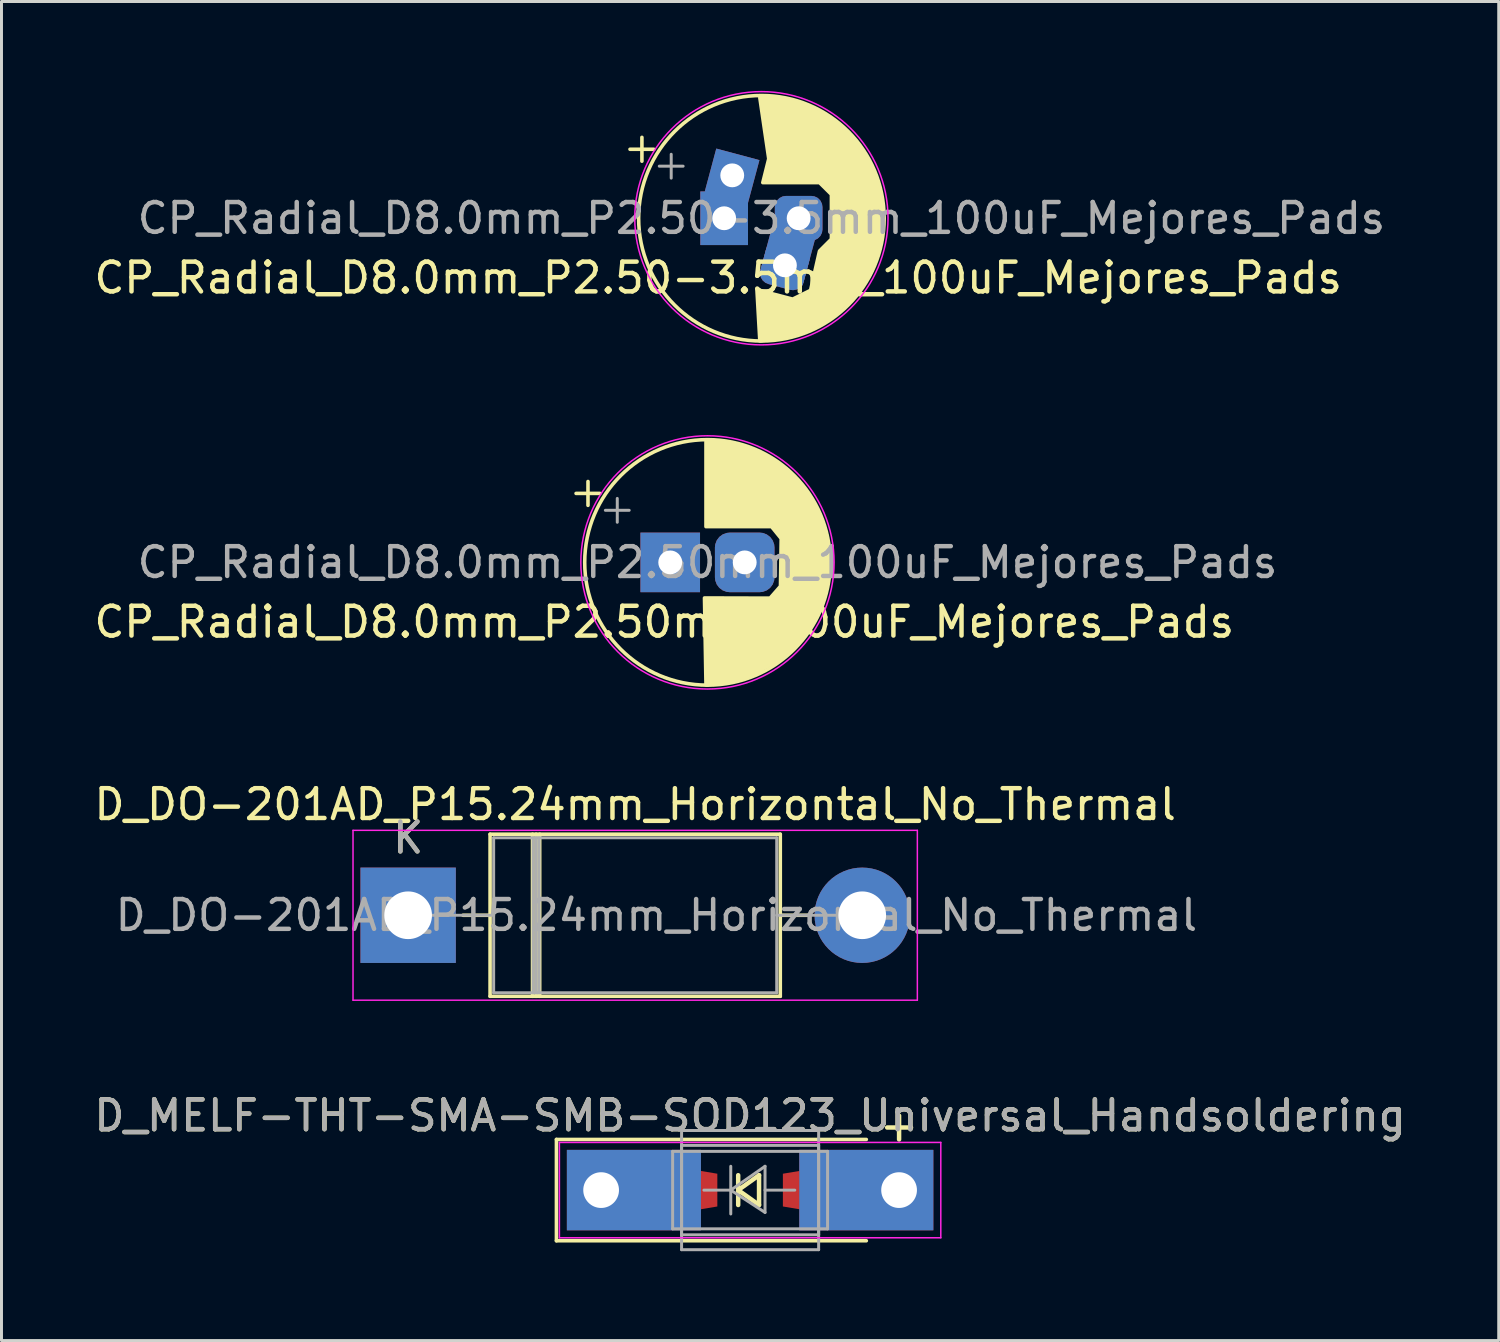
<source format=kicad_pcb>
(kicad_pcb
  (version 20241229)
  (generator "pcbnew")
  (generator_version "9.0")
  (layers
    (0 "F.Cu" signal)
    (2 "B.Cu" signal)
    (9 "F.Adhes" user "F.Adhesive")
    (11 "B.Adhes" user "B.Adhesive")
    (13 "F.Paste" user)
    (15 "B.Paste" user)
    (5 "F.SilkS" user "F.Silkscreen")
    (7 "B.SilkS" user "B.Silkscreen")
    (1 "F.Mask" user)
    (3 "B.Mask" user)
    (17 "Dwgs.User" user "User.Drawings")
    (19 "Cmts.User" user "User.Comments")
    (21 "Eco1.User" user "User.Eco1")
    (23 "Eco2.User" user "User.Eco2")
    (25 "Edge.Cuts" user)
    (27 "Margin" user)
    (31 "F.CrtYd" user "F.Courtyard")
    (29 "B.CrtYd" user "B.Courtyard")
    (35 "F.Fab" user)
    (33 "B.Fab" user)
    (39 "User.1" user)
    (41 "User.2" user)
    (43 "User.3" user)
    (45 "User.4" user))
  (footprint "CP_Radial_D8.0mm_P2.50mm_100uF_Mejores_Pads"
    (layer "F.Cu")
    (at 19.444 15.825)
    (property "Reference" "CP_Radial_D8.0mm_P2.50mm_100uF_Mejores_Pads" (at -0.2 2 0) (layer "F.SilkS") (effects (font (size 1 1) (thickness 0.15))))
    (attr through_hole)
    (fp_line (start -3.16 -2.315) (end -2.36 -2.315) (stroke (width 0.12) (type solid)) (layer "F.SilkS"))
    (fp_line (start -2.76 -2.715) (end -2.76 -1.915) (stroke (width 0.12) (type solid)) (layer "F.SilkS"))
    (fp_circle (center 1.25 0) (end 5.37 0) (stroke (width 0.12) (type solid)) (fill no) (layer "F.SilkS"))
    (fp_poly (pts (xy 1.68 -4.05) (xy 2.4 -3.9) (xy 3.3 -3.5) (xy 3.947 -3.103) (xy 4.478 -2.503) (xy 4.961 -1.706) (xy 5.25 -0.906) (xy 5.35 0.044) (xy 5.2 1.092) (xy 4.9 1.884) (xy 4.321 2.645) (xy 3.601 3.303) (xy 2.681 3.799) (xy 1.84 4.024) (xy 1.2 4.114) (xy 1.15 1.194) (xy 3.35 1.2) (xy 3.7 0.8) (xy 3.725 -0.8) (xy 3.4 -1.2) (xy 1.2 -1.2) (xy 1.2 -4.05)) (stroke (width 0.12) (type solid)) (fill yes) (layer "F.SilkS"))
    (fp_circle (center 1.25 0) (end 5.5 0) (stroke (width 0.05) (type solid)) (fill no) (layer "F.CrtYd"))
    (fp_line (start -2.177 -1.748) (end -1.377 -1.748) (stroke (width 0.1) (type solid)) (layer "F.Fab"))
    (fp_line (start -1.777 -2.147) (end -1.777 -1.347) (stroke (width 0.1) (type solid)) (layer "F.Fab"))
    (fp_text user "${REFERENCE}" (at 1.25 0 0) (layer "F.Fab") (effects (font (size 1 1) (thickness 0.15))))
    (pad "1" thru_hole rect (at 0 0) (size 2 2) (drill 0.8) (layers "*.Cu" "*.Mask"))
    (pad "2" thru_hole roundrect (at 2.5 0) (size 2 2) (drill 0.8) (layers "*.Cu" "*.Mask") (roundrect_rratio 0.25)))
  (footprint "CP_Radial_D8.0mm_P2.50-3.5mm_100uF_Mejores_Pads"
    (layer "F.Cu")
    (at 21.254 4.275)
    (property "Reference" "CP_Radial_D8.0mm_P2.50-3.5mm_100uF_Mejores_Pads" (at -0.2 2 0) (layer "F.SilkS") (effects (font (size 1 1) (thickness 0.15))))
    (attr through_hole)
    (fp_line (start -3.16 -2.315) (end -2.36 -2.315) (stroke (width 0.12) (type solid)) (layer "F.SilkS"))
    (fp_line (start -2.76 -2.715) (end -2.76 -1.915) (stroke (width 0.12) (type solid)) (layer "F.SilkS"))
    (fp_circle (center 1.25 0) (end 5.37 0) (stroke (width 0.12) (type solid)) (fill no) (layer "F.SilkS"))
    (fp_poly (pts (xy 1.677 -4.046) (xy 2.397 -3.896) (xy 3.297 -3.496) (xy 3.944 -3.1) (xy 4.475 -2.5) (xy 4.958 -1.703) (xy 5.247 -0.903) (xy 5.347 0.047) (xy 5.197 1.095) (xy 4.897 1.887) (xy 4.318 2.648) (xy 3.598 3.306) (xy 2.678 3.802) (xy 1.837 4.027) (xy 1.197 4.117) (xy 1.1 2.4) (xy 2.3 2.714) (xy 2.9 2.418) (xy 3.2 1.1) (xy 3.6 0.7) (xy 3.6 -0.8) (xy 3.2 -1.196) (xy 1.297 -1.196) (xy 1.497 -1.996) (xy 1.197 -4.046)) (stroke (width 0.12) (type solid)) (fill yes) (layer "F.SilkS"))
    (fp_circle (center 1.25 0) (end 5.5 0) (stroke (width 0.05) (type solid)) (fill no) (layer "F.CrtYd"))
    (fp_line (start -2.177 -1.748) (end -1.377 -1.748) (stroke (width 0.1) (type solid)) (layer "F.Fab"))
    (fp_line (start -1.777 -2.147) (end -1.777 -1.347) (stroke (width 0.1) (type solid)) (layer "F.Fab"))
    (fp_text user "${REFERENCE}" (at 1.25 0 0) (layer "F.Fab") (effects (font (size 1 1) (thickness 0.15))))
    (pad "1" thru_hole rect (at 0 0) (size 1.6 1.8) (drill 0.8) (layers "*.Cu" "*.Mask"))
    (pad "1" smd rect (at 0.2 -0.7 75) (size 2.8 1.1) (layers "F.Cu"))
    (pad "1" thru_hole rect (at 0.271 -1.44 345) (size 1.5 1.5) (drill 0.8 (offset 0 0.02)) (layers "*.Cu" "*.Mask"))
    (pad "2" thru_hole roundrect (at 2.039 1.58 345) (size 1.5 1.5) (drill 0.8) (layers "*.Cu" "*.Mask") (roundrect_rratio 0.25))
    (pad "2" smd rect (at 2.233 0.856 75) (size 2.5 1.5) (layers "F.Cu"))
    (pad "2" smd rect (at 2.233 0.856 75) (size 2.5 1.5) (layers "B.Cu"))
    (pad "2" thru_hole roundrect (at 2.5 0) (size 1.6 1.5) (drill 0.8) (layers "*.Cu" "*.Mask") (roundrect_rratio 0.25)))
  (footprint "D_DO-201AD_P15.24mm_Horizontal_No_Thermal"
    (layer "F.Cu")
    (at 10.648 27.668)
    (property "Reference" "D_DO-201AD_P15.24mm_Horizontal_No_Thermal" (at 7.62 -3.72 0) (layer "F.SilkS") (effects (font (size 1 1) (thickness 0.15))))
    (attr through_hole)
    (fp_line (start 1.84 0) (end 2.75 0) (stroke (width 0.12) (type solid)) (layer "F.SilkS"))
    (fp_line (start 2.75 -2.72) (end 2.75 2.72) (stroke (width 0.12) (type solid)) (layer "F.SilkS"))
    (fp_line (start 2.75 2.72) (end 12.49 2.72) (stroke (width 0.12) (type solid)) (layer "F.SilkS"))
    (fp_line (start 4.175 -2.72) (end 4.175 2.72) (stroke (width 0.12) (type solid)) (layer "F.SilkS"))
    (fp_line (start 4.295 -2.72) (end 4.295 2.72) (stroke (width 0.12) (type solid)) (layer "F.SilkS"))
    (fp_line (start 4.415 -2.72) (end 4.415 2.72) (stroke (width 0.12) (type solid)) (layer "F.SilkS"))
    (fp_line (start 12.49 -2.72) (end 2.75 -2.72) (stroke (width 0.12) (type solid)) (layer "F.SilkS"))
    (fp_line (start 12.49 2.72) (end 12.49 -2.72) (stroke (width 0.12) (type solid)) (layer "F.SilkS"))
    (fp_line (start 13.4 0) (end 12.49 0) (stroke (width 0.12) (type solid)) (layer "F.SilkS"))
    (fp_line (start -1.85 -2.85) (end -1.85 2.85) (stroke (width 0.05) (type solid)) (layer "F.CrtYd"))
    (fp_line (start -1.85 2.85) (end 17.09 2.85) (stroke (width 0.05) (type solid)) (layer "F.CrtYd"))
    (fp_line (start 17.09 -2.85) (end -1.85 -2.85) (stroke (width 0.05) (type solid)) (layer "F.CrtYd"))
    (fp_line (start 17.09 2.85) (end 17.09 -2.85) (stroke (width 0.05) (type solid)) (layer "F.CrtYd"))
    (fp_line (start 0 0) (end 2.87 0) (stroke (width 0.1) (type solid)) (layer "F.Fab"))
    (fp_line (start 2.87 -2.6) (end 2.87 2.6) (stroke (width 0.1) (type solid)) (layer "F.Fab"))
    (fp_line (start 2.87 2.6) (end 12.37 2.6) (stroke (width 0.1) (type solid)) (layer "F.Fab"))
    (fp_line (start 4.195 -2.6) (end 4.195 2.6) (stroke (width 0.1) (type solid)) (layer "F.Fab"))
    (fp_line (start 4.295 -2.6) (end 4.295 2.6) (stroke (width 0.1) (type solid)) (layer "F.Fab"))
    (fp_line (start 4.395 -2.6) (end 4.395 2.6) (stroke (width 0.1) (type solid)) (layer "F.Fab"))
    (fp_line (start 12.37 -2.6) (end 2.87 -2.6) (stroke (width 0.1) (type solid)) (layer "F.Fab"))
    (fp_line (start 12.37 2.6) (end 12.37 -2.6) (stroke (width 0.1) (type solid)) (layer "F.Fab"))
    (fp_line (start 15.24 0) (end 12.37 0) (stroke (width 0.1) (type solid)) (layer "F.Fab"))
    (fp_text user "K" (at 0 -2.6 0) (layer "F.SilkS") (effects (font (size 1 1) (thickness 0.15))))
    (fp_text user "K" (at 0 -2.6 0) (layer "F.Fab") (effects (font (size 1 1) (thickness 0.15))))
    (fp_text user "${REFERENCE}" (at 8.332 0 0) (layer "F.Fab") (effects (font (size 1 1) (thickness 0.15))))
    (pad "1" thru_hole rect (at 0 0) (size 3.2 3.2) (drill 1.6) (layers "*.Cu" "*.Mask"))
    (pad "2" thru_hole oval (at 15.24 0) (size 3.2 3.2) (drill 1.6) (layers "*.Cu" "*.Mask")))
  (footprint "D_MELF-THT-SMA-SMB-SOD123_Universal_Handsoldering"
    (layer "F.Cu")
    (at 22.125 36.892)
    (property "Reference" "D_MELF-THT-SMA-SMB-SOD123_Universal_Handsoldering" (at 0 -2.5 0) (layer "F.SilkS") (effects (font (size 1 1) (thickness 0.15))))
    (attr through_hole)
    (fp_line (start -6.5 -1.7) (end -6.5 1.7) (stroke (width 0.12) (type solid)) (layer "F.SilkS"))
    (fp_line (start -6.5 1.7) (end 3.9 1.7) (stroke (width 0.12) (type solid)) (layer "F.SilkS"))
    (fp_line (start -0.4 -0.5) (end -0.4 0.5) (stroke (width 0.15) (type solid)) (layer "F.SilkS"))
    (fp_line (start -0.4 0) (end 0.3 -0.5) (stroke (width 0.15) (type solid)) (layer "F.SilkS"))
    (fp_line (start 0.3 -0.5) (end 0.3 0.5) (stroke (width 0.15) (type solid)) (layer "F.SilkS"))
    (fp_line (start 0.3 0.5) (end -0.4 0) (stroke (width 0.15) (type solid)) (layer "F.SilkS"))
    (fp_line (start 3.9 -1.7) (end -6.5 -1.7) (stroke (width 0.12) (type solid)) (layer "F.SilkS"))
    (fp_line (start 4.6 -2.1) (end 5.4 -2.1) (stroke (width 0.15) (type solid)) (layer "F.SilkS"))
    (fp_line (start 5 -1.7) (end 5 -2.5) (stroke (width 0.15) (type solid)) (layer "F.SilkS"))
    (fp_line (start -6.4 -1.6) (end 6.4 -1.6) (stroke (width 0.05) (type solid)) (layer "F.CrtYd"))
    (fp_line (start -6.4 1.6) (end -6.4 -1.6) (stroke (width 0.05) (type solid)) (layer "F.CrtYd"))
    (fp_line (start 6.4 -1.6) (end 6.4 1.6) (stroke (width 0.05) (type solid)) (layer "F.CrtYd"))
    (fp_line (start 6.4 1.6) (end -6.4 1.6) (stroke (width 0.05) (type solid)) (layer "F.CrtYd"))
    (fp_line (start -2.6 -1.3) (end -2.6 1.3) (stroke (width 0.1) (type solid)) (layer "F.Fab"))
    (fp_line (start -2.6 1.3) (end 2.6 1.3) (stroke (width 0.1) (type solid)) (layer "F.Fab"))
    (fp_line (start -2.3 1.5) (end -2.3 -1.5) (stroke (width 0.1) (type solid)) (layer "F.Fab"))
    (fp_line (start -2.3 2) (end -2.3 -2) (stroke (width 0.1) (type solid)) (layer "F.Fab"))
    (fp_line (start -0.649 -0.799) (end -0.649 0.801) (stroke (width 0.1) (type solid)) (layer "F.Fab"))
    (fp_line (start -0.649 0.001) (end -1.551 0.001) (stroke (width 0.1) (type solid)) (layer "F.Fab"))
    (fp_line (start -0.649 0.001) (end 0.501 -0.799) (stroke (width 0.1) (type solid)) (layer "F.Fab"))
    (fp_line (start -0.649 0.001) (end 0.501 0.75) (stroke (width 0.1) (type solid)) (layer "F.Fab"))
    (fp_line (start 0.501 0.001) (end 1.499 0.001) (stroke (width 0.1) (type solid)) (layer "F.Fab"))
    (fp_line (start 0.501 0.75) (end 0.501 -0.799) (stroke (width 0.1) (type solid)) (layer "F.Fab"))
    (fp_line (start 2.3 -2) (end -2.3 -2) (stroke (width 0.1) (type solid)) (layer "F.Fab"))
    (fp_line (start 2.3 -2) (end 2.3 2) (stroke (width 0.1) (type solid)) (layer "F.Fab"))
    (fp_line (start 2.3 -1.5) (end -2.3 -1.5) (stroke (width 0.1) (type solid)) (layer "F.Fab"))
    (fp_line (start 2.3 -1.5) (end 2.3 1.5) (stroke (width 0.1) (type solid)) (layer "F.Fab"))
    (fp_line (start 2.3 1.5) (end -2.3 1.5) (stroke (width 0.1) (type solid)) (layer "F.Fab"))
    (fp_line (start 2.3 2) (end -2.3 2) (stroke (width 0.1) (type solid)) (layer "F.Fab"))
    (fp_line (start 2.6 -1.3) (end -2.6 -1.3) (stroke (width 0.1) (type solid)) (layer "F.Fab"))
    (fp_line (start 2.6 1.3) (end 2.6 -1.3) (stroke (width 0.1) (type solid)) (layer "F.Fab"))
    (fp_text user "${REFERENCE}" (at 0 -2.5 0) (layer "F.Fab") (effects (font (size 1 1) (thickness 0.15))))
    (pad "1" thru_hole rect (at -5 0) (size 4.5 2.7) (drill 1.199 (offset 1.1 0)) (layers "*.Cu" "*.Mask"))
    (pad "1" smd trapezoid (at -2.9 0) (size 3.6 1.7) (rect_delta 0.6 0) (layers "F.Cu" "F.Mask" "F.Paste"))
    (pad "2" smd trapezoid (at 2.9 0 180) (size 3.6 1.7) (rect_delta 0.6 0) (layers "F.Cu" "F.Mask" "F.Paste"))
    (pad "2" thru_hole rect (at 5 0 180) (size 4.5 2.7) (drill 1.199 (offset 1.1 0)) (layers "*.Cu" "*.Mask")))
  (gr_rect
    (start -3 -3)
    (end 47.25 41.941)
    (stroke (width 0.1) (type default))
    (fill no)
    (layer "Edge.Cuts")))
</source>
